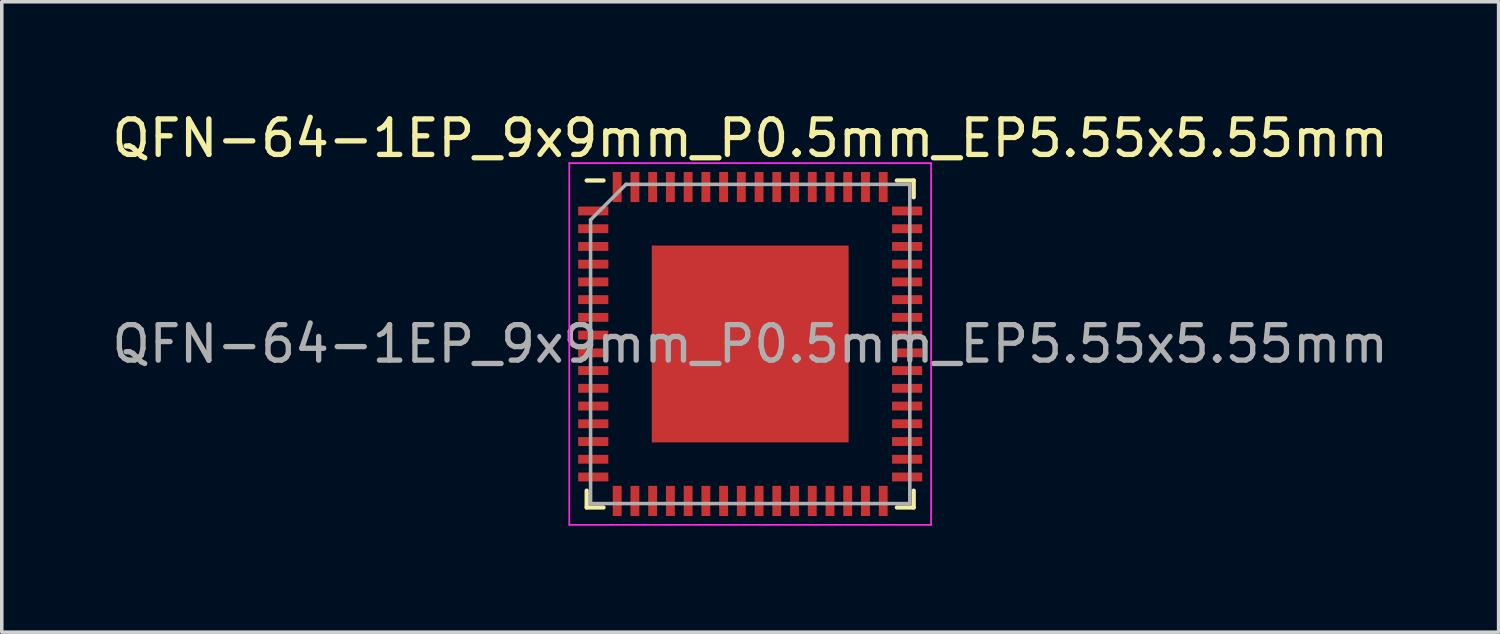
<source format=kicad_pcb>
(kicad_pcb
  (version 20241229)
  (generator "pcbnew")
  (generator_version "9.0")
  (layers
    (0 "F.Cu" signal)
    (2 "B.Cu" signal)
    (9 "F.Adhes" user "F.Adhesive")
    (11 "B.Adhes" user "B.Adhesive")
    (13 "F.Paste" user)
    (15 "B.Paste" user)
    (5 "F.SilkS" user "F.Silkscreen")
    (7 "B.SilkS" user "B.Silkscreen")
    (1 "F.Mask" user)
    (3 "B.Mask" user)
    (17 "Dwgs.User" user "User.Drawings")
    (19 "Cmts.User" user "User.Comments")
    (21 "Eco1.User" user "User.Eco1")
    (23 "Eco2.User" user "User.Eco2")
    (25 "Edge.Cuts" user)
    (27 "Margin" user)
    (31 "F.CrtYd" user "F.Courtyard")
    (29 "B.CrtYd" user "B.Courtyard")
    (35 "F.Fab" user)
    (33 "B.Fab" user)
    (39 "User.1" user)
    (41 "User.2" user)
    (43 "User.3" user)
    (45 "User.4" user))
  (footprint "QFN-64-1EP_9x9mm_P0.5mm_EP5.55x5.55mm"
    (layer "F.Cu")
    (at 18.101 6.648)
    (property "Reference" "QFN-64-1EP_9x9mm_P0.5mm_EP5.55x5.55mm" (at 0 -5.8 0) (layer "F.SilkS") (effects (font (size 1 1) (thickness 0.15))))
    (attr smd)
    (fp_line (start -4.61 4.61) (end -4.61 4.135) (stroke (width 0.12) (type solid)) (layer "F.SilkS"))
    (fp_line (start -4.135 -4.61) (end -4.61 -4.61) (stroke (width 0.12) (type solid)) (layer "F.SilkS"))
    (fp_line (start -4.135 4.61) (end -4.61 4.61) (stroke (width 0.12) (type solid)) (layer "F.SilkS"))
    (fp_line (start 4.135 -4.61) (end 4.61 -4.61) (stroke (width 0.12) (type solid)) (layer "F.SilkS"))
    (fp_line (start 4.135 4.61) (end 4.61 4.61) (stroke (width 0.12) (type solid)) (layer "F.SilkS"))
    (fp_line (start 4.61 -4.61) (end 4.61 -4.135) (stroke (width 0.12) (type solid)) (layer "F.SilkS"))
    (fp_line (start 4.61 4.61) (end 4.61 4.135) (stroke (width 0.12) (type solid)) (layer "F.SilkS"))
    (fp_line (start -5.1 -5.1) (end -5.1 5.1) (stroke (width 0.05) (type solid)) (layer "F.CrtYd"))
    (fp_line (start -5.1 5.1) (end 5.1 5.1) (stroke (width 0.05) (type solid)) (layer "F.CrtYd"))
    (fp_line (start 5.1 -5.1) (end -5.1 -5.1) (stroke (width 0.05) (type solid)) (layer "F.CrtYd"))
    (fp_line (start 5.1 5.1) (end 5.1 -5.1) (stroke (width 0.05) (type solid)) (layer "F.CrtYd"))
    (fp_line (start -4.5 -3.5) (end -3.5 -4.5) (stroke (width 0.1) (type solid)) (layer "F.Fab"))
    (fp_line (start -4.5 4.5) (end -4.5 -3.5) (stroke (width 0.1) (type solid)) (layer "F.Fab"))
    (fp_line (start -3.5 -4.5) (end 4.5 -4.5) (stroke (width 0.1) (type solid)) (layer "F.Fab"))
    (fp_line (start 4.5 -4.5) (end 4.5 4.5) (stroke (width 0.1) (type solid)) (layer "F.Fab"))
    (fp_line (start 4.5 4.5) (end -4.5 4.5) (stroke (width 0.1) (type solid)) (layer "F.Fab"))
    (fp_text user "${REFERENCE}" (at 0 0 0) (layer "F.Fab") (effects (font (size 1 1) (thickness 0.15))))
    (pad "" smd rect (at -1.995 -1.995) (size 1.12 1.12) (layers "F.Paste"))
    (pad "" smd rect (at -1.995 -0.665) (size 1.12 1.12) (layers "F.Paste"))
    (pad "" smd rect (at -1.995 0.665) (size 1.12 1.12) (layers "F.Paste"))
    (pad "" smd rect (at -1.995 1.995) (size 1.12 1.12) (layers "F.Paste"))
    (pad "" smd rect (at -0.665 -1.995) (size 1.12 1.12) (layers "F.Paste"))
    (pad "" smd rect (at -0.665 -0.665) (size 1.12 1.12) (layers "F.Paste"))
    (pad "" smd rect (at -0.665 0.665) (size 1.12 1.12) (layers "F.Paste"))
    (pad "" smd rect (at -0.665 1.995) (size 1.12 1.12) (layers "F.Paste"))
    (pad "" smd rect (at 0.665 -1.995) (size 1.12 1.12) (layers "F.Paste"))
    (pad "" smd rect (at 0.665 -0.665) (size 1.12 1.12) (layers "F.Paste"))
    (pad "" smd rect (at 0.665 0.665) (size 1.12 1.12) (layers "F.Paste"))
    (pad "" smd rect (at 0.665 1.995) (size 1.12 1.12) (layers "F.Paste"))
    (pad "" smd rect (at 1.995 -1.995) (size 1.12 1.12) (layers "F.Paste"))
    (pad "" smd rect (at 1.995 -0.665) (size 1.12 1.12) (layers "F.Paste"))
    (pad "" smd rect (at 1.995 0.665) (size 1.12 1.12) (layers "F.Paste"))
    (pad "" smd rect (at 1.995 1.995) (size 1.12 1.12) (layers "F.Paste"))
    (pad "1" smd rect (at -4.425 -3.75) (size 0.85 0.25) (layers "F.Cu" "F.Mask" "F.Paste"))
    (pad "2" smd rect (at -4.425 -3.25) (size 0.85 0.25) (layers "F.Cu" "F.Mask" "F.Paste"))
    (pad "3" smd rect (at -4.425 -2.75) (size 0.85 0.25) (layers "F.Cu" "F.Mask" "F.Paste"))
    (pad "4" smd rect (at -4.425 -2.25) (size 0.85 0.25) (layers "F.Cu" "F.Mask" "F.Paste"))
    (pad "5" smd rect (at -4.425 -1.75) (size 0.85 0.25) (layers "F.Cu" "F.Mask" "F.Paste"))
    (pad "6" smd rect (at -4.425 -1.25) (size 0.85 0.25) (layers "F.Cu" "F.Mask" "F.Paste"))
    (pad "7" smd rect (at -4.425 -0.75) (size 0.85 0.25) (layers "F.Cu" "F.Mask" "F.Paste"))
    (pad "8" smd rect (at -4.425 -0.25) (size 0.85 0.25) (layers "F.Cu" "F.Mask" "F.Paste"))
    (pad "9" smd rect (at -4.425 0.25) (size 0.85 0.25) (layers "F.Cu" "F.Mask" "F.Paste"))
    (pad "10" smd rect (at -4.425 0.75) (size 0.85 0.25) (layers "F.Cu" "F.Mask" "F.Paste"))
    (pad "11" smd rect (at -4.425 1.25) (size 0.85 0.25) (layers "F.Cu" "F.Mask" "F.Paste"))
    (pad "12" smd rect (at -4.425 1.75) (size 0.85 0.25) (layers "F.Cu" "F.Mask" "F.Paste"))
    (pad "13" smd rect (at -4.425 2.25) (size 0.85 0.25) (layers "F.Cu" "F.Mask" "F.Paste"))
    (pad "14" smd rect (at -4.425 2.75) (size 0.85 0.25) (layers "F.Cu" "F.Mask" "F.Paste"))
    (pad "15" smd rect (at -4.425 3.25) (size 0.85 0.25) (layers "F.Cu" "F.Mask" "F.Paste"))
    (pad "16" smd rect (at -4.425 3.75) (size 0.85 0.25) (layers "F.Cu" "F.Mask" "F.Paste"))
    (pad "17" smd rect (at -3.75 4.425) (size 0.25 0.85) (layers "F.Cu" "F.Mask" "F.Paste"))
    (pad "18" smd rect (at -3.25 4.425) (size 0.25 0.85) (layers "F.Cu" "F.Mask" "F.Paste"))
    (pad "19" smd rect (at -2.75 4.425) (size 0.25 0.85) (layers "F.Cu" "F.Mask" "F.Paste"))
    (pad "20" smd rect (at -2.25 4.425) (size 0.25 0.85) (layers "F.Cu" "F.Mask" "F.Paste"))
    (pad "21" smd rect (at -1.75 4.425) (size 0.25 0.85) (layers "F.Cu" "F.Mask" "F.Paste"))
    (pad "22" smd rect (at -1.25 4.425) (size 0.25 0.85) (layers "F.Cu" "F.Mask" "F.Paste"))
    (pad "23" smd rect (at -0.75 4.425) (size 0.25 0.85) (layers "F.Cu" "F.Mask" "F.Paste"))
    (pad "24" smd rect (at -0.25 4.425) (size 0.25 0.85) (layers "F.Cu" "F.Mask" "F.Paste"))
    (pad "25" smd rect (at 0.25 4.425) (size 0.25 0.85) (layers "F.Cu" "F.Mask" "F.Paste"))
    (pad "26" smd rect (at 0.75 4.425) (size 0.25 0.85) (layers "F.Cu" "F.Mask" "F.Paste"))
    (pad "27" smd rect (at 1.25 4.425) (size 0.25 0.85) (layers "F.Cu" "F.Mask" "F.Paste"))
    (pad "28" smd rect (at 1.75 4.425) (size 0.25 0.85) (layers "F.Cu" "F.Mask" "F.Paste"))
    (pad "29" smd rect (at 2.25 4.425) (size 0.25 0.85) (layers "F.Cu" "F.Mask" "F.Paste"))
    (pad "30" smd rect (at 2.75 4.425) (size 0.25 0.85) (layers "F.Cu" "F.Mask" "F.Paste"))
    (pad "31" smd rect (at 3.25 4.425) (size 0.25 0.85) (layers "F.Cu" "F.Mask" "F.Paste"))
    (pad "32" smd rect (at 3.75 4.425) (size 0.25 0.85) (layers "F.Cu" "F.Mask" "F.Paste"))
    (pad "33" smd rect (at 4.425 3.75) (size 0.85 0.25) (layers "F.Cu" "F.Mask" "F.Paste"))
    (pad "34" smd rect (at 4.425 3.25) (size 0.85 0.25) (layers "F.Cu" "F.Mask" "F.Paste"))
    (pad "35" smd rect (at 4.425 2.75) (size 0.85 0.25) (layers "F.Cu" "F.Mask" "F.Paste"))
    (pad "36" smd rect (at 4.425 2.25) (size 0.85 0.25) (layers "F.Cu" "F.Mask" "F.Paste"))
    (pad "37" smd rect (at 4.425 1.75) (size 0.85 0.25) (layers "F.Cu" "F.Mask" "F.Paste"))
    (pad "38" smd rect (at 4.425 1.25) (size 0.85 0.25) (layers "F.Cu" "F.Mask" "F.Paste"))
    (pad "39" smd rect (at 4.425 0.75) (size 0.85 0.25) (layers "F.Cu" "F.Mask" "F.Paste"))
    (pad "40" smd rect (at 4.425 0.25) (size 0.85 0.25) (layers "F.Cu" "F.Mask" "F.Paste"))
    (pad "41" smd rect (at 4.425 -0.25) (size 0.85 0.25) (layers "F.Cu" "F.Mask" "F.Paste"))
    (pad "42" smd rect (at 4.425 -0.75) (size 0.85 0.25) (layers "F.Cu" "F.Mask" "F.Paste"))
    (pad "43" smd rect (at 4.425 -1.25) (size 0.85 0.25) (layers "F.Cu" "F.Mask" "F.Paste"))
    (pad "44" smd rect (at 4.425 -1.75) (size 0.85 0.25) (layers "F.Cu" "F.Mask" "F.Paste"))
    (pad "45" smd rect (at 4.425 -2.25) (size 0.85 0.25) (layers "F.Cu" "F.Mask" "F.Paste"))
    (pad "46" smd rect (at 4.425 -2.75) (size 0.85 0.25) (layers "F.Cu" "F.Mask" "F.Paste"))
    (pad "47" smd rect (at 4.425 -3.25) (size 0.85 0.25) (layers "F.Cu" "F.Mask" "F.Paste"))
    (pad "48" smd rect (at 4.425 -3.75) (size 0.85 0.25) (layers "F.Cu" "F.Mask" "F.Paste"))
    (pad "49" smd rect (at 3.75 -4.425) (size 0.25 0.85) (layers "F.Cu" "F.Mask" "F.Paste"))
    (pad "50" smd rect (at 3.25 -4.425) (size 0.25 0.85) (layers "F.Cu" "F.Mask" "F.Paste"))
    (pad "51" smd rect (at 2.75 -4.425) (size 0.25 0.85) (layers "F.Cu" "F.Mask" "F.Paste"))
    (pad "52" smd rect (at 2.25 -4.425) (size 0.25 0.85) (layers "F.Cu" "F.Mask" "F.Paste"))
    (pad "53" smd rect (at 1.75 -4.425) (size 0.25 0.85) (layers "F.Cu" "F.Mask" "F.Paste"))
    (pad "54" smd rect (at 1.25 -4.425) (size 0.25 0.85) (layers "F.Cu" "F.Mask" "F.Paste"))
    (pad "55" smd rect (at 0.75 -4.425) (size 0.25 0.85) (layers "F.Cu" "F.Mask" "F.Paste"))
    (pad "56" smd rect (at 0.25 -4.425) (size 0.25 0.85) (layers "F.Cu" "F.Mask" "F.Paste"))
    (pad "57" smd rect (at -0.25 -4.425) (size 0.25 0.85) (layers "F.Cu" "F.Mask" "F.Paste"))
    (pad "58" smd rect (at -0.75 -4.425) (size 0.25 0.85) (layers "F.Cu" "F.Mask" "F.Paste"))
    (pad "59" smd rect (at -1.25 -4.425) (size 0.25 0.85) (layers "F.Cu" "F.Mask" "F.Paste"))
    (pad "60" smd rect (at -1.75 -4.425) (size 0.25 0.85) (layers "F.Cu" "F.Mask" "F.Paste"))
    (pad "61" smd rect (at -2.25 -4.425) (size 0.25 0.85) (layers "F.Cu" "F.Mask" "F.Paste"))
    (pad "62" smd rect (at -2.75 -4.425) (size 0.25 0.85) (layers "F.Cu" "F.Mask" "F.Paste"))
    (pad "63" smd rect (at -3.25 -4.425) (size 0.25 0.85) (layers "F.Cu" "F.Mask" "F.Paste"))
    (pad "64" smd rect (at -3.75 -4.425) (size 0.25 0.85) (layers "F.Cu" "F.Mask" "F.Paste"))
    (pad "65" smd rect (at 0 0) (size 5.55 5.55) (layers "F.Cu" "F.Mask")))
  (gr_rect
    (start -3 -3)
    (end 39.202 14.773)
    (stroke (width 0.1) (type default))
    (fill no)
    (layer "Edge.Cuts")))
</source>
